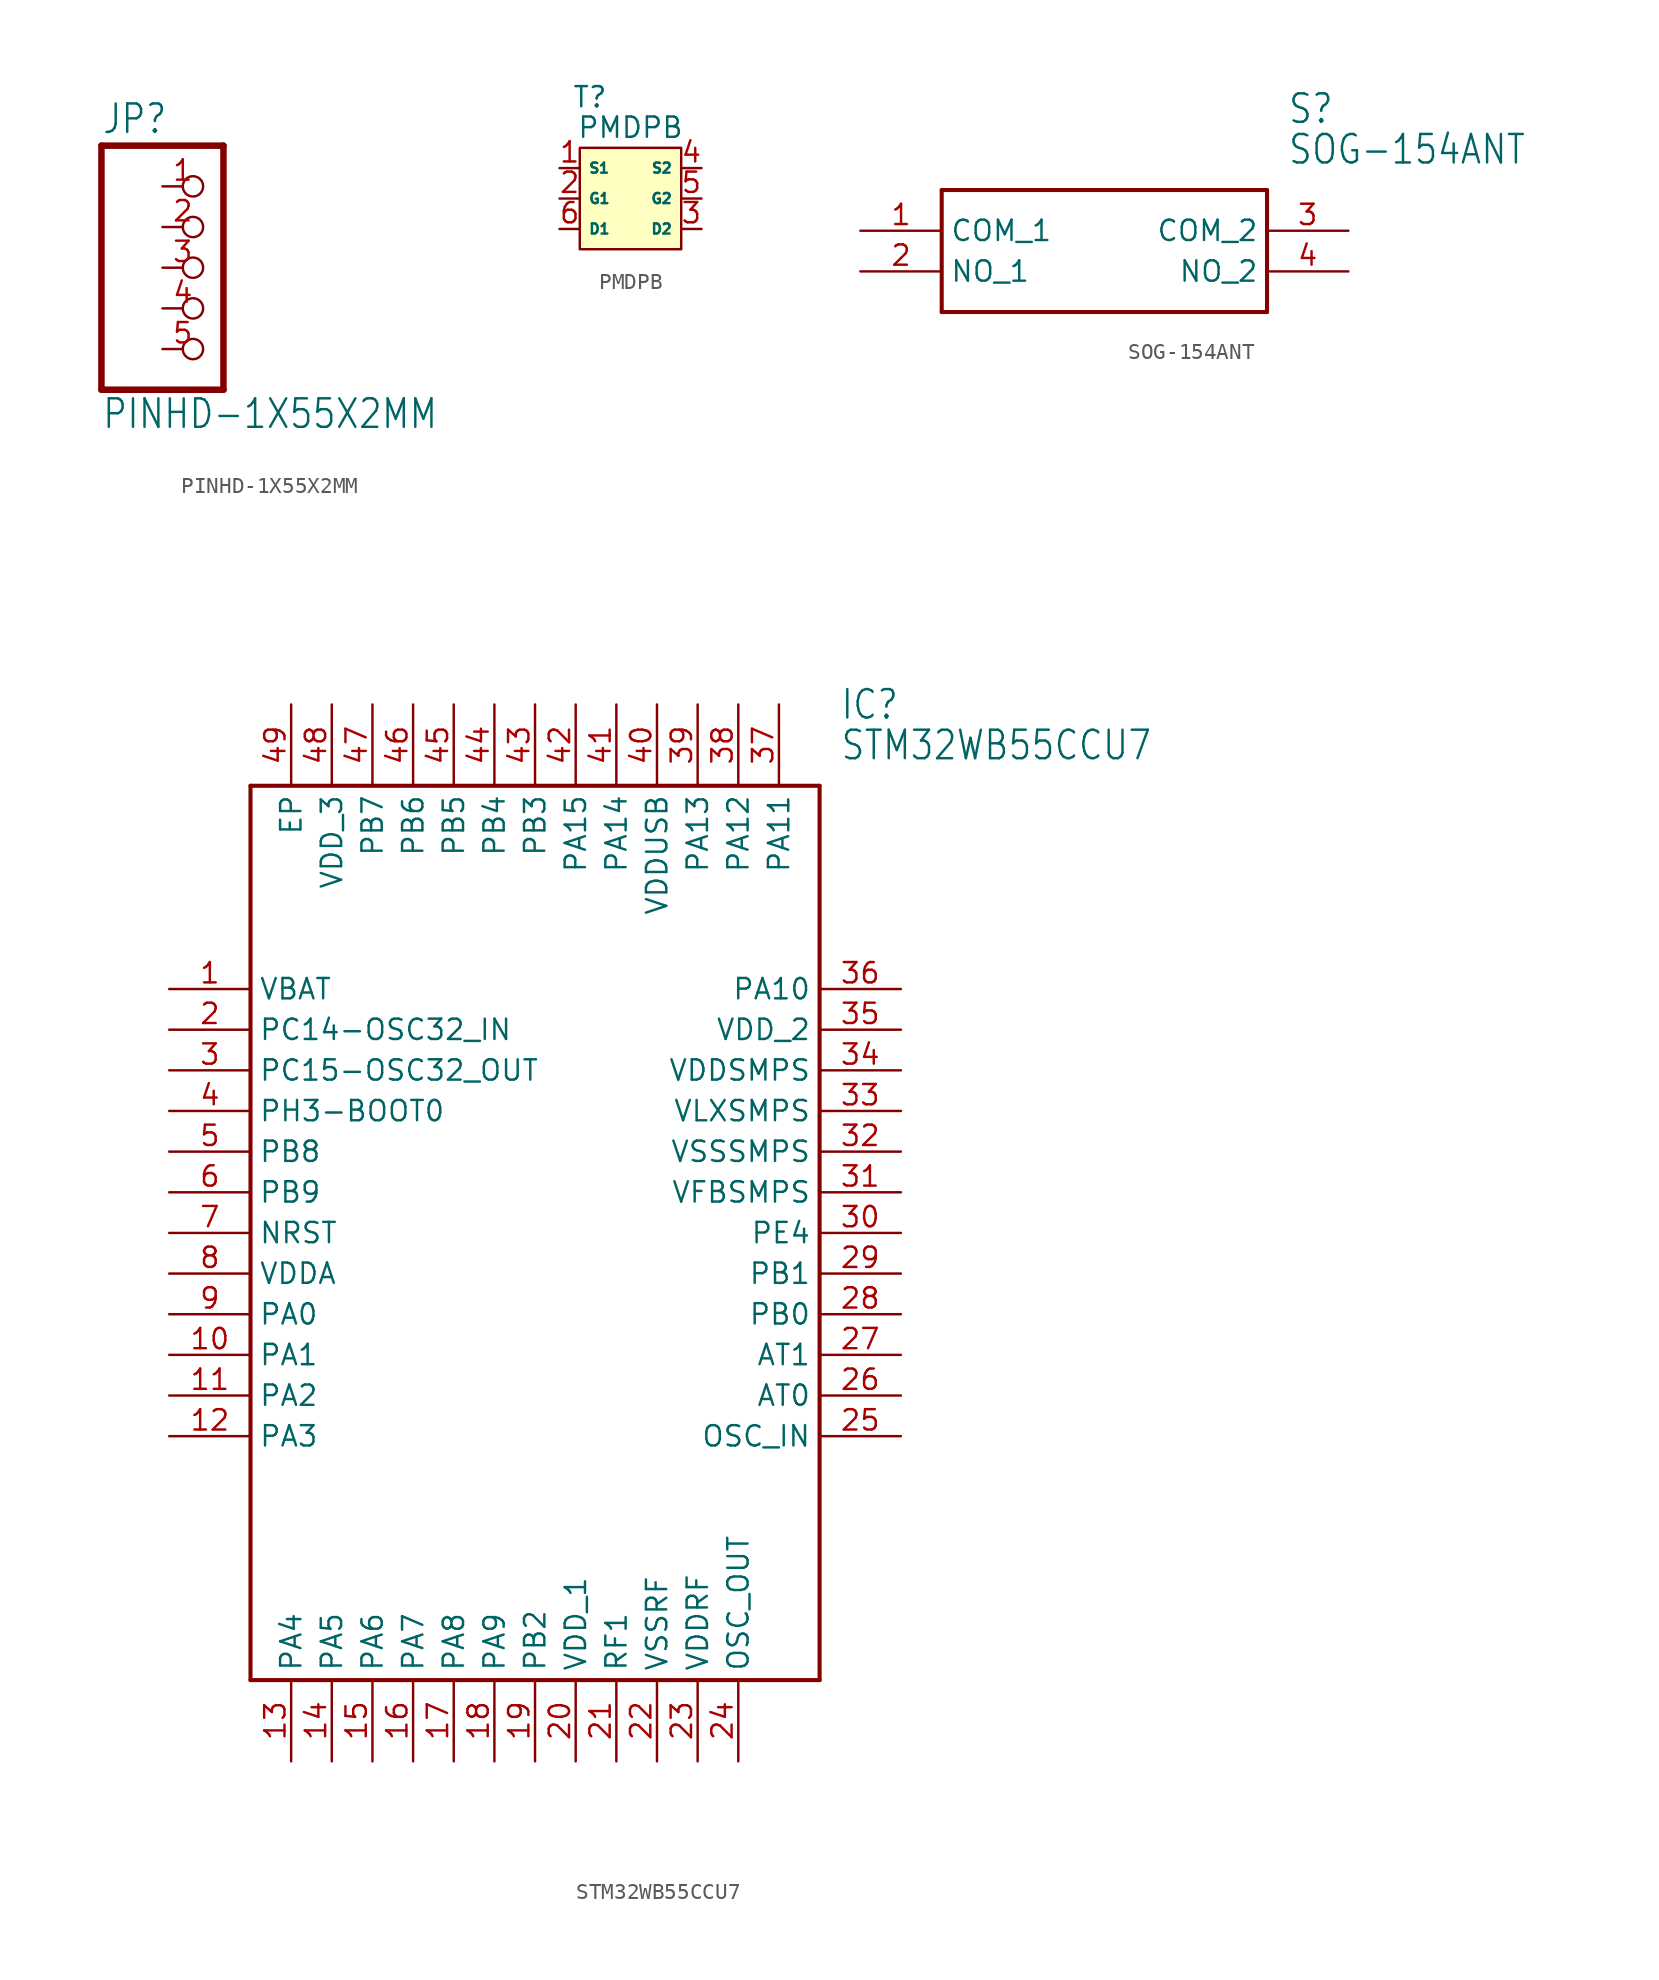
<source format=kicad_sym>
(kicad_symbol_lib
  (version 20211014)
  (generator kicad_symbol_editor)
  (symbol "PINHD-1X55X2MM"
    (property "Reference" "JP"
      (at -6.35 8.255 0)
      (effects (font (size 1.778 1.511)) (justify left bottom)))
    (property "Value" "PINHD-1X55X2MM"
      (at -6.35 -10.16 0)
      (effects (font (size 1.778 1.511)) (justify left bottom)))
    (property "ki_locked" ""
      (at 0 0 0)
      (effects (font (size 1.27 1.27))))
    (symbol "PINHD-1X55X2MM_1_0"
      (polyline (pts (xy -6.35 -7.62) (xy 1.27 -7.62)) (stroke (width 0.406) (type default) (color 0 0 0 0)) (fill (type none)))
      (polyline (pts (xy -6.35 7.62) (xy -6.35 -7.62)) (stroke (width 0.406) (type default) (color 0 0 0 0)) (fill (type none)))
      (polyline (pts (xy 1.27 -7.62) (xy 1.27 7.62)) (stroke (width 0.406) (type default) (color 0 0 0 0)) (fill (type none)))
      (polyline (pts (xy 1.27 7.62) (xy -6.35 7.62)) (stroke (width 0.406) (type default) (color 0 0 0 0)) (fill (type none)))
      (pin passive inverted (at -2.54 5.08 0) (length 2.54) (name "1" (effects (font (size 0 0)))) (number "1" (effects (font (size 1.27 1.27)))))
      (pin passive inverted (at -2.54 2.54 0) (length 2.54) (name "2" (effects (font (size 0 0)))) (number "2" (effects (font (size 1.27 1.27)))))
      (pin passive inverted (at -2.54 0 0) (length 2.54) (name "3" (effects (font (size 0 0)))) (number "3" (effects (font (size 1.27 1.27)))))
      (pin passive inverted (at -2.54 -2.54 0) (length 2.54) (name "4" (effects (font (size 0 0)))) (number "4" (effects (font (size 1.27 1.27)))))
      (pin passive inverted (at -2.54 -5.08 0) (length 2.54) (name "5" (effects (font (size 0 0)))) (number "5" (effects (font (size 1.27 1.27)))))))
  (symbol "PMDPB"
    (property "Reference" "T"
      (at -1.905 4.445 0)
      (effects (font (size 1.27 1.27))))
    (property "Value" "PMDPB"
      (at 0.635 2.54 0)
      (effects (font (size 1.27 1.27))))
    (symbol "PMDPB_0_1"
      (rectangle (start -2.54 1.27) (end 3.81 -5.08) (stroke (width 0) (type default) (color 0 0 0 0)) (fill (type background))))
    (symbol "PMDPB_1_1"
      (pin bidirectional line (at -3.81 0 0) (length 1.27) (name "S1" (effects (font (size 0.635 0.635)))) (number "1" (effects (font (size 1.27 1.27)))))
      (pin bidirectional line (at -3.81 -1.905 0) (length 1.27) (name "G1" (effects (font (size 0.635 0.635)))) (number "2" (effects (font (size 1.27 1.27)))))
      (pin bidirectional line (at 5.08 -3.81 180) (length 1.27) (name "D2" (effects (font (size 0.635 0.635)))) (number "3" (effects (font (size 1.27 1.27)))))
      (pin bidirectional line (at 5.08 0 180) (length 1.27) (name "S2" (effects (font (size 0.635 0.635)))) (number "4" (effects (font (size 1.27 1.27)))))
      (pin bidirectional line (at 5.08 -1.905 180) (length 1.27) (name "G2" (effects (font (size 0.635 0.635)))) (number "5" (effects (font (size 1.27 1.27)))))
      (pin bidirectional line (at -3.81 -3.81 0) (length 1.27) (name "D1" (effects (font (size 0.635 0.635)))) (number "6" (effects (font (size 1.27 1.27)))))
      (pin bidirectional line (at -3.81 -3.81 0) (length 1.27) hide (name "D1" (effects (font (size 0.635 0.635)))) (number "7" (effects (font (size 1.27 1.27)))))
      (pin bidirectional line (at 5.08 -3.81 180) (length 1.27) hide (name "D2" (effects (font (size 0.635 0.635)))) (number "8" (effects (font (size 1.27 1.27)))))))
  (symbol "SOG-154ANT"
    (property "Reference" "S"
      (at 26.67 7.62 0)
      (effects (font (size 1.778 1.511)) (justify left)))
    (property "Value" "SOG-154ANT"
      (at 26.67 5.08 0)
      (effects (font (size 1.778 1.511)) (justify left)))
    (property "ki_locked" ""
      (at 0 0 0)
      (effects (font (size 1.27 1.27))))
    (symbol "SOG-154ANT_1_0"
      (polyline (pts (xy 5.08 2.54) (xy 5.08 -5.08)) (stroke (width 0.254) (type default) (color 0 0 0 0)) (fill (type none)))
      (polyline (pts (xy 5.08 2.54) (xy 25.4 2.54)) (stroke (width 0.254) (type default) (color 0 0 0 0)) (fill (type none)))
      (polyline (pts (xy 25.4 -5.08) (xy 5.08 -5.08)) (stroke (width 0.254) (type default) (color 0 0 0 0)) (fill (type none)))
      (polyline (pts (xy 25.4 -5.08) (xy 25.4 2.54)) (stroke (width 0.254) (type default) (color 0 0 0 0)) (fill (type none)))
      (pin bidirectional line (at 0 0 0) (length 5.08) (name "COM_1" (effects (font (size 1.27 1.27)))) (number "1" (effects (font (size 1.27 1.27)))))
      (pin bidirectional line (at 0 -2.54 0) (length 5.08) (name "NO_1" (effects (font (size 1.27 1.27)))) (number "2" (effects (font (size 1.27 1.27)))))
      (pin bidirectional line (at 30.48 0 180) (length 5.08) (name "COM_2" (effects (font (size 1.27 1.27)))) (number "3" (effects (font (size 1.27 1.27)))))
      (pin bidirectional line (at 30.48 -2.54 180) (length 5.08) (name "NO_2" (effects (font (size 1.27 1.27)))) (number "4" (effects (font (size 1.27 1.27)))))))
  (symbol "STM32WB55CCU7"
    (property "Reference" "IC"
      (at 41.91 17.78 0)
      (effects (font (size 1.778 1.511)) (justify left)))
    (property "Value" "STM32WB55CCU7"
      (at 41.91 15.24 0)
      (effects (font (size 1.778 1.511)) (justify left)))
    (property "ki_locked" ""
      (at 0 0 0)
      (effects (font (size 1.27 1.27))))
    (symbol "STM32WB55CCU7_1_0"
      (polyline (pts (xy 5.08 12.7) (xy 5.08 -43.18)) (stroke (width 0.254) (type default) (color 0 0 0 0)) (fill (type none)))
      (polyline (pts (xy 5.08 12.7) (xy 40.64 12.7)) (stroke (width 0.254) (type default) (color 0 0 0 0)) (fill (type none)))
      (polyline (pts (xy 40.64 -43.18) (xy 5.08 -43.18)) (stroke (width 0.254) (type default) (color 0 0 0 0)) (fill (type none)))
      (polyline (pts (xy 40.64 -43.18) (xy 40.64 12.7)) (stroke (width 0.254) (type default) (color 0 0 0 0)) (fill (type none)))
      (pin bidirectional line (at 0 0 0) (length 5.08) (name "VBAT" (effects (font (size 1.27 1.27)))) (number "1" (effects (font (size 1.27 1.27)))))
      (pin bidirectional line (at 0 -22.86 0) (length 5.08) (name "PA1" (effects (font (size 1.27 1.27)))) (number "10" (effects (font (size 1.27 1.27)))))
      (pin bidirectional line (at 0 -25.4 0) (length 5.08) (name "PA2" (effects (font (size 1.27 1.27)))) (number "11" (effects (font (size 1.27 1.27)))))
      (pin bidirectional line (at 0 -27.94 0) (length 5.08) (name "PA3" (effects (font (size 1.27 1.27)))) (number "12" (effects (font (size 1.27 1.27)))))
      (pin bidirectional line (at 7.62 -48.26 90) (length 5.08) (name "PA4" (effects (font (size 1.27 1.27)))) (number "13" (effects (font (size 1.27 1.27)))))
      (pin bidirectional line (at 10.16 -48.26 90) (length 5.08) (name "PA5" (effects (font (size 1.27 1.27)))) (number "14" (effects (font (size 1.27 1.27)))))
      (pin bidirectional line (at 12.7 -48.26 90) (length 5.08) (name "PA6" (effects (font (size 1.27 1.27)))) (number "15" (effects (font (size 1.27 1.27)))))
      (pin bidirectional line (at 15.24 -48.26 90) (length 5.08) (name "PA7" (effects (font (size 1.27 1.27)))) (number "16" (effects (font (size 1.27 1.27)))))
      (pin bidirectional line (at 17.78 -48.26 90) (length 5.08) (name "PA8" (effects (font (size 1.27 1.27)))) (number "17" (effects (font (size 1.27 1.27)))))
      (pin bidirectional line (at 20.32 -48.26 90) (length 5.08) (name "PA9" (effects (font (size 1.27 1.27)))) (number "18" (effects (font (size 1.27 1.27)))))
      (pin bidirectional line (at 22.86 -48.26 90) (length 5.08) (name "PB2" (effects (font (size 1.27 1.27)))) (number "19" (effects (font (size 1.27 1.27)))))
      (pin bidirectional line (at 0 -2.54 0) (length 5.08) (name "PC14-OSC32_IN" (effects (font (size 1.27 1.27)))) (number "2" (effects (font (size 1.27 1.27)))))
      (pin bidirectional line (at 25.4 -48.26 90) (length 5.08) (name "VDD_1" (effects (font (size 1.27 1.27)))) (number "20" (effects (font (size 1.27 1.27)))))
      (pin bidirectional line (at 27.94 -48.26 90) (length 5.08) (name "RF1" (effects (font (size 1.27 1.27)))) (number "21" (effects (font (size 1.27 1.27)))))
      (pin bidirectional line (at 30.48 -48.26 90) (length 5.08) (name "VSSRF" (effects (font (size 1.27 1.27)))) (number "22" (effects (font (size 1.27 1.27)))))
      (pin bidirectional line (at 33.02 -48.26 90) (length 5.08) (name "VDDRF" (effects (font (size 1.27 1.27)))) (number "23" (effects (font (size 1.27 1.27)))))
      (pin bidirectional line (at 35.56 -48.26 90) (length 5.08) (name "OSC_OUT" (effects (font (size 1.27 1.27)))) (number "24" (effects (font (size 1.27 1.27)))))
      (pin bidirectional line (at 45.72 -27.94 180) (length 5.08) (name "OSC_IN" (effects (font (size 1.27 1.27)))) (number "25" (effects (font (size 1.27 1.27)))))
      (pin bidirectional line (at 45.72 -25.4 180) (length 5.08) (name "AT0" (effects (font (size 1.27 1.27)))) (number "26" (effects (font (size 1.27 1.27)))))
      (pin bidirectional line (at 45.72 -22.86 180) (length 5.08) (name "AT1" (effects (font (size 1.27 1.27)))) (number "27" (effects (font (size 1.27 1.27)))))
      (pin bidirectional line (at 45.72 -20.32 180) (length 5.08) (name "PB0" (effects (font (size 1.27 1.27)))) (number "28" (effects (font (size 1.27 1.27)))))
      (pin bidirectional line (at 45.72 -17.78 180) (length 5.08) (name "PB1" (effects (font (size 1.27 1.27)))) (number "29" (effects (font (size 1.27 1.27)))))
      (pin bidirectional line (at 0 -5.08 0) (length 5.08) (name "PC15-OSC32_OUT" (effects (font (size 1.27 1.27)))) (number "3" (effects (font (size 1.27 1.27)))))
      (pin bidirectional line (at 45.72 -15.24 180) (length 5.08) (name "PE4" (effects (font (size 1.27 1.27)))) (number "30" (effects (font (size 1.27 1.27)))))
      (pin bidirectional line (at 45.72 -12.7 180) (length 5.08) (name "VFBSMPS" (effects (font (size 1.27 1.27)))) (number "31" (effects (font (size 1.27 1.27)))))
      (pin bidirectional line (at 45.72 -10.16 180) (length 5.08) (name "VSSSMPS" (effects (font (size 1.27 1.27)))) (number "32" (effects (font (size 1.27 1.27)))))
      (pin bidirectional line (at 45.72 -7.62 180) (length 5.08) (name "VLXSMPS" (effects (font (size 1.27 1.27)))) (number "33" (effects (font (size 1.27 1.27)))))
      (pin bidirectional line (at 45.72 -5.08 180) (length 5.08) (name "VDDSMPS" (effects (font (size 1.27 1.27)))) (number "34" (effects (font (size 1.27 1.27)))))
      (pin bidirectional line (at 45.72 -2.54 180) (length 5.08) (name "VDD_2" (effects (font (size 1.27 1.27)))) (number "35" (effects (font (size 1.27 1.27)))))
      (pin bidirectional line (at 45.72 0 180) (length 5.08) (name "PA10" (effects (font (size 1.27 1.27)))) (number "36" (effects (font (size 1.27 1.27)))))
      (pin bidirectional line (at 38.1 17.78 270) (length 5.08) (name "PA11" (effects (font (size 1.27 1.27)))) (number "37" (effects (font (size 1.27 1.27)))))
      (pin bidirectional line (at 35.56 17.78 270) (length 5.08) (name "PA12" (effects (font (size 1.27 1.27)))) (number "38" (effects (font (size 1.27 1.27)))))
      (pin bidirectional line (at 33.02 17.78 270) (length 5.08) (name "PA13" (effects (font (size 1.27 1.27)))) (number "39" (effects (font (size 1.27 1.27)))))
      (pin bidirectional line (at 0 -7.62 0) (length 5.08) (name "PH3-BOOT0" (effects (font (size 1.27 1.27)))) (number "4" (effects (font (size 1.27 1.27)))))
      (pin bidirectional line (at 30.48 17.78 270) (length 5.08) (name "VDDUSB" (effects (font (size 1.27 1.27)))) (number "40" (effects (font (size 1.27 1.27)))))
      (pin bidirectional line (at 27.94 17.78 270) (length 5.08) (name "PA14" (effects (font (size 1.27 1.27)))) (number "41" (effects (font (size 1.27 1.27)))))
      (pin bidirectional line (at 25.4 17.78 270) (length 5.08) (name "PA15" (effects (font (size 1.27 1.27)))) (number "42" (effects (font (size 1.27 1.27)))))
      (pin bidirectional line (at 22.86 17.78 270) (length 5.08) (name "PB3" (effects (font (size 1.27 1.27)))) (number "43" (effects (font (size 1.27 1.27)))))
      (pin bidirectional line (at 20.32 17.78 270) (length 5.08) (name "PB4" (effects (font (size 1.27 1.27)))) (number "44" (effects (font (size 1.27 1.27)))))
      (pin bidirectional line (at 17.78 17.78 270) (length 5.08) (name "PB5" (effects (font (size 1.27 1.27)))) (number "45" (effects (font (size 1.27 1.27)))))
      (pin bidirectional line (at 15.24 17.78 270) (length 5.08) (name "PB6" (effects (font (size 1.27 1.27)))) (number "46" (effects (font (size 1.27 1.27)))))
      (pin bidirectional line (at 12.7 17.78 270) (length 5.08) (name "PB7" (effects (font (size 1.27 1.27)))) (number "47" (effects (font (size 1.27 1.27)))))
      (pin bidirectional line (at 10.16 17.78 270) (length 5.08) (name "VDD_3" (effects (font (size 1.27 1.27)))) (number "48" (effects (font (size 1.27 1.27)))))
      (pin bidirectional line (at 7.62 17.78 270) (length 5.08) (name "EP" (effects (font (size 1.27 1.27)))) (number "49" (effects (font (size 1.27 1.27)))))
      (pin bidirectional line (at 0 -10.16 0) (length 5.08) (name "PB8" (effects (font (size 1.27 1.27)))) (number "5" (effects (font (size 1.27 1.27)))))
      (pin bidirectional line (at 0 -12.7 0) (length 5.08) (name "PB9" (effects (font (size 1.27 1.27)))) (number "6" (effects (font (size 1.27 1.27)))))
      (pin bidirectional line (at 0 -15.24 0) (length 5.08) (name "NRST" (effects (font (size 1.27 1.27)))) (number "7" (effects (font (size 1.27 1.27)))))
      (pin bidirectional line (at 0 -17.78 0) (length 5.08) (name "VDDA" (effects (font (size 1.27 1.27)))) (number "8" (effects (font (size 1.27 1.27)))))
      (pin bidirectional line (at 0 -20.32 0) (length 5.08) (name "PA0" (effects (font (size 1.27 1.27)))) (number "9" (effects (font (size 1.27 1.27))))))))
</source>
